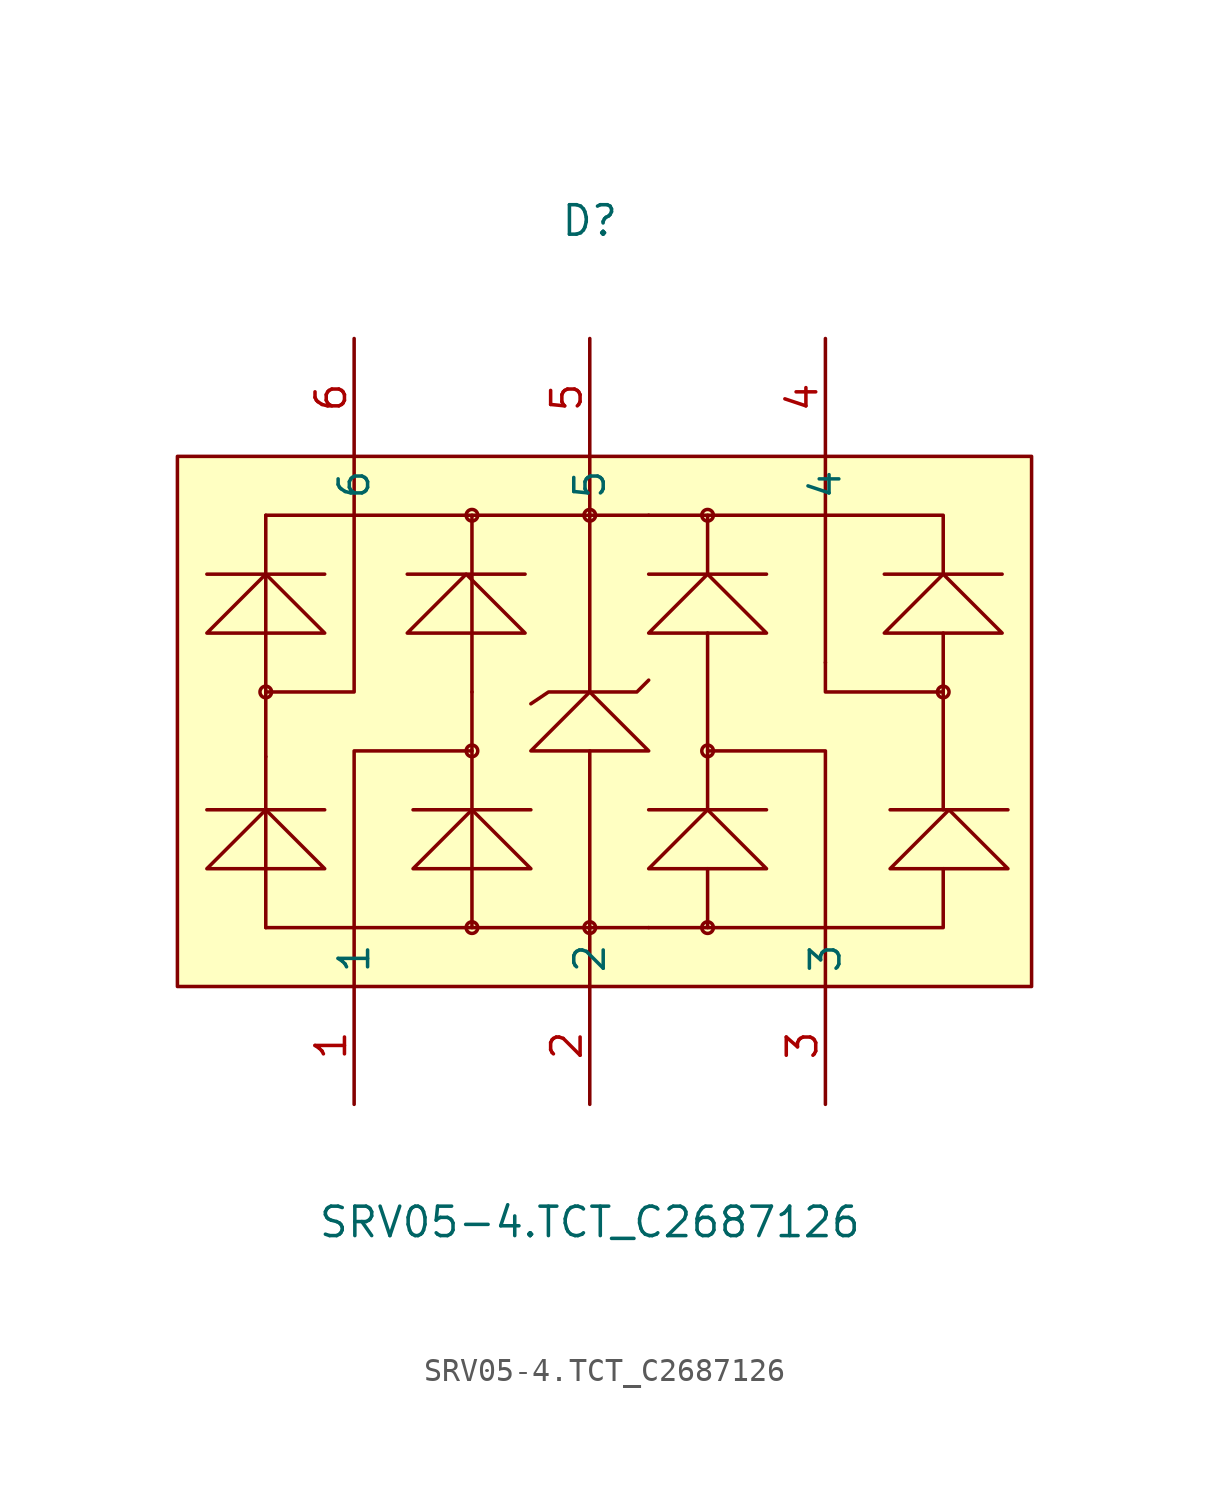
<source format=kicad_sym>
(kicad_symbol_lib
  (version 20211014)
  (generator https://github.com/uPesy/easyeda2kicad.py)
  (symbol "SRV05-4.TCT_C2687126"
    (property "Reference" "D"
      (at 0 21.59 0)
      (effects (font (size 1.27 1.27))))
    (property "Value" "SRV05-4.TCT_C2687126"
      (at 0 -21.59 0)
      (effects (font (size 1.27 1.27))))
    (symbol "SRV05-4.TCT_C2687126_0_1"
      (rectangle (start -17.78 11.43) (end 19.05 -11.43) (stroke (width 0) (type default) (color 0 0 0 0)) (fill (type background)))
      (circle (center 0.00 8.89) (radius 0.25) (stroke (width 0) (type default) (color 0 0 0 0)) (fill (type none)))
      (circle (center 0.00 -8.89) (radius 0.25) (stroke (width 0) (type default) (color 0 0 0 0)) (fill (type none)))
      (circle (center -5.08 -1.27) (radius 0.25) (stroke (width 0) (type default) (color 0 0 0 0)) (fill (type none)))
      (circle (center -13.97 1.27) (radius 0.25) (stroke (width 0) (type default) (color 0 0 0 0)) (fill (type none)))
      (circle (center 15.24 1.27) (radius 0.25) (stroke (width 0) (type default) (color 0 0 0 0)) (fill (type none)))
      (circle (center 5.08 -1.27) (radius 0.25) (stroke (width 0) (type default) (color 0 0 0 0)) (fill (type none)))
      (circle (center 5.08 8.89) (radius 0.25) (stroke (width 0) (type default) (color 0 0 0 0)) (fill (type none)))
      (circle (center 5.08 -8.89) (radius 0.25) (stroke (width 0) (type default) (color 0 0 0 0)) (fill (type none)))
      (circle (center -5.08 8.89) (radius 0.25) (stroke (width 0) (type default) (color 0 0 0 0)) (fill (type none)))
      (circle (center -5.08 -8.89) (radius 0.25) (stroke (width 0) (type default) (color 0 0 0 0)) (fill (type none)))
      (arc (start -5.08 -1.52) (mid -5.03 -1.28) (end -5.08 -1.52) (stroke (width 0) (type default) (color 0 0 0 0)) (fill (type none)))
      (arc (start -13.97 -1.52) (mid -13.92 -1.28) (end -13.97 -1.52) (stroke (width 0) (type default) (color 0 0 0 0)) (fill (type none)))
      (polyline (pts (xy 10.16 8.89) (xy 10.16 11.43)) (stroke (width 0) (type default) (color 0 0 0 0)) (fill (type none)))
      (polyline (pts (xy 15.24 1.27) (xy 10.16 1.27) (xy 10.16 8.89)) (stroke (width 0) (type default) (color 0 0 0 0)) (fill (type none)))
      (polyline (pts (xy 5.08 -1.27) (xy 10.16 -1.27) (xy 10.16 -11.43)) (stroke (width 0) (type default) (color 0 0 0 0)) (fill (type none)))
      (polyline (pts (xy 0.00 8.89) (xy 0.00 11.43)) (stroke (width 0) (type default) (color 0 0 0 0)) (fill (type none)))
      (polyline (pts (xy 15.24 6.35) (xy 15.24 8.89) (xy 5.08 8.89)) (stroke (width 0) (type default) (color 0 0 0 0)) (fill (type none)))
      (polyline (pts (xy 15.24 -3.81) (xy 15.24 3.81)) (stroke (width 0) (type default) (color 0 0 0 0)) (fill (type none)))
      (polyline (pts (xy 5.08 -8.89) (xy 15.24 -8.89) (xy 15.24 -6.35)) (stroke (width 0) (type default) (color 0 0 0 0)) (fill (type none)))
      (polyline (pts (xy 5.08 6.35) (xy 5.08 8.89) (xy 2.54 8.89)) (stroke (width 0) (type default) (color 0 0 0 0)) (fill (type none)))
      (polyline (pts (xy 5.08 -6.35) (xy 5.08 -8.89) (xy 2.54 -8.89)) (stroke (width 0) (type default) (color 0 0 0 0)) (fill (type none)))
      (polyline (pts (xy 5.08 -3.81) (xy 5.08 3.81)) (stroke (width 0) (type default) (color 0 0 0 0)) (fill (type none)))
      (polyline (pts (xy 12.95 -3.81) (xy 18.03 -3.81)) (stroke (width 0) (type default) (color 0 0 0 0)) (fill (type none)))
      (polyline (pts (xy 12.70 6.35) (xy 17.78 6.35)) (stroke (width 0) (type default) (color 0 0 0 0)) (fill (type none)))
      (polyline (pts (xy 2.54 6.35) (xy 7.62 6.35)) (stroke (width 0) (type default) (color 0 0 0 0)) (fill (type none)))
      (polyline (pts (xy 2.54 -3.81) (xy 7.62 -3.81)) (stroke (width 0) (type default) (color 0 0 0 0)) (fill (type none)))
      (polyline (pts (xy 0.00 1.27) (xy 0.00 8.89)) (stroke (width 0) (type default) (color 0 0 0 0)) (fill (type none)))
      (polyline (pts (xy 0.00 -11.43) (xy 0.00 -1.27)) (stroke (width 0) (type default) (color 0 0 0 0)) (fill (type none)))
      (polyline (pts (xy 10.16 2.54) (xy 10.16 2.54)) (stroke (width 0) (type default) (color 0 0 0 0)) (fill (type background)))
      (polyline (pts (xy -13.97 8.89) (xy 2.54 8.89)) (stroke (width 0) (type default) (color 0 0 0 0)) (fill (type none)))
      (polyline (pts (xy -13.97 -8.89) (xy 2.54 -8.89)) (stroke (width 0) (type default) (color 0 0 0 0)) (fill (type none)))
      (polyline (pts (xy -5.08 -1.27) (xy -10.16 -1.27) (xy -10.16 -11.43)) (stroke (width 0) (type default) (color 0 0 0 0)) (fill (type none)))
      (polyline (pts (xy -13.97 1.27) (xy -10.16 1.27) (xy -10.16 11.43)) (stroke (width 0) (type default) (color 0 0 0 0)) (fill (type none)))
      (polyline (pts (xy -7.62 -3.81) (xy -2.54 -3.81)) (stroke (width 0) (type default) (color 0 0 0 0)) (fill (type none)))
      (polyline (pts (xy -7.87 6.35) (xy -2.79 6.35)) (stroke (width 0) (type default) (color 0 0 0 0)) (fill (type none)))
      (polyline (pts (xy -5.08 1.27) (xy -5.08 8.89)) (stroke (width 0) (type default) (color 0 0 0 0)) (fill (type none)))
      (polyline (pts (xy -2.54 0.76) (xy -1.78 1.27) (xy 2.03 1.27) (xy 2.54 1.78)) (stroke (width 0) (type default) (color 0 0 0 0)) (fill (type none)))
      (polyline (pts (xy -16.51 6.35) (xy -11.43 6.35)) (stroke (width 0) (type default) (color 0 0 0 0)) (fill (type none)))
      (polyline (pts (xy -16.51 -3.81) (xy -11.43 -3.81)) (stroke (width 0) (type default) (color 0 0 0 0)) (fill (type none)))
      (polyline (pts (xy -5.08 -8.89) (xy -5.08 1.27)) (stroke (width 0) (type default) (color 0 0 0 0)) (fill (type none)))
      (polyline (pts (xy -13.97 -8.89) (xy -13.97 8.89)) (stroke (width 0) (type default) (color 0 0 0 0)) (fill (type none)))
      (polyline (pts (xy 18.03 -6.35) (xy 15.49 -3.81) (xy 12.95 -6.35) (xy 18.03 -6.35)) (stroke (width 0) (type default) (color 0 0 0 0)) (fill (type background)))
      (polyline (pts (xy 17.78 3.81) (xy 15.24 6.35) (xy 12.70 3.81) (xy 17.78 3.81)) (stroke (width 0) (type default) (color 0 0 0 0)) (fill (type background)))
      (polyline (pts (xy 7.62 3.81) (xy 5.08 6.35) (xy 2.54 3.81) (xy 7.62 3.81)) (stroke (width 0) (type default) (color 0 0 0 0)) (fill (type background)))
      (polyline (pts (xy 7.62 -6.35) (xy 5.08 -3.81) (xy 2.54 -6.35) (xy 7.62 -6.35)) (stroke (width 0) (type default) (color 0 0 0 0)) (fill (type background)))
      (polyline (pts (xy -2.54 -6.35) (xy -5.08 -3.81) (xy -7.62 -6.35) (xy -2.54 -6.35)) (stroke (width 0) (type default) (color 0 0 0 0)) (fill (type background)))
      (polyline (pts (xy -2.79 3.81) (xy -5.33 6.35) (xy -7.87 3.81) (xy -2.79 3.81)) (stroke (width 0) (type default) (color 0 0 0 0)) (fill (type background)))
      (polyline (pts (xy 2.54 -1.27) (xy 0.00 1.27) (xy -2.54 -1.27) (xy 2.54 -1.27)) (stroke (width 0) (type default) (color 0 0 0 0)) (fill (type background)))
      (polyline (pts (xy -11.43 3.81) (xy -13.97 6.35) (xy -16.51 3.81) (xy -11.43 3.81)) (stroke (width 0) (type default) (color 0 0 0 0)) (fill (type background)))
      (polyline (pts (xy -11.43 -6.35) (xy -13.97 -3.81) (xy -16.51 -6.35) (xy -11.43 -6.35)) (stroke (width 0) (type default) (color 0 0 0 0)) (fill (type background)))
      (pin input line (at -10.16 16.51 270) (length 5.08) (name "6" (effects (font (size 1.27 1.27)))) (number "6" (effects (font (size 1.27 1.27)))))
      (pin input line (at 0.00 16.51 270) (length 5.08) (name "5" (effects (font (size 1.27 1.27)))) (number "5" (effects (font (size 1.27 1.27)))))
      (pin input line (at 10.16 16.51 270) (length 5.08) (name "4" (effects (font (size 1.27 1.27)))) (number "4" (effects (font (size 1.27 1.27)))))
      (pin input line (at 10.16 -16.51 90) (length 5.08) (name "3" (effects (font (size 1.27 1.27)))) (number "3" (effects (font (size 1.27 1.27)))))
      (pin input line (at 0.00 -16.51 90) (length 5.08) (name "2" (effects (font (size 1.27 1.27)))) (number "2" (effects (font (size 1.27 1.27)))))
      (pin input line (at -10.16 -16.51 90) (length 5.08) (name "1" (effects (font (size 1.27 1.27)))) (number "1" (effects (font (size 1.27 1.27))))))))
</source>
